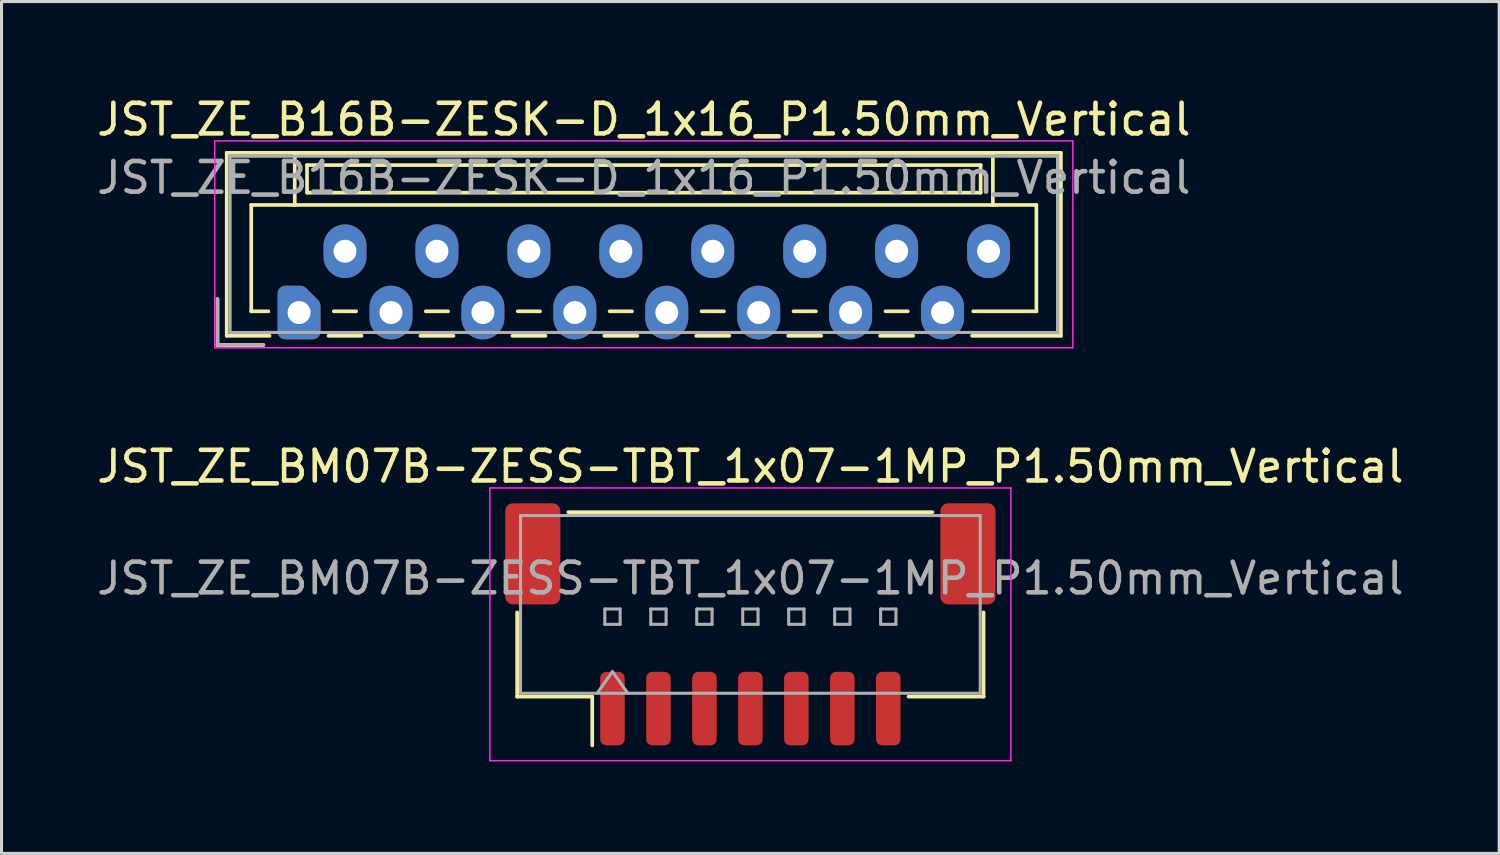
<source format=kicad_pcb>
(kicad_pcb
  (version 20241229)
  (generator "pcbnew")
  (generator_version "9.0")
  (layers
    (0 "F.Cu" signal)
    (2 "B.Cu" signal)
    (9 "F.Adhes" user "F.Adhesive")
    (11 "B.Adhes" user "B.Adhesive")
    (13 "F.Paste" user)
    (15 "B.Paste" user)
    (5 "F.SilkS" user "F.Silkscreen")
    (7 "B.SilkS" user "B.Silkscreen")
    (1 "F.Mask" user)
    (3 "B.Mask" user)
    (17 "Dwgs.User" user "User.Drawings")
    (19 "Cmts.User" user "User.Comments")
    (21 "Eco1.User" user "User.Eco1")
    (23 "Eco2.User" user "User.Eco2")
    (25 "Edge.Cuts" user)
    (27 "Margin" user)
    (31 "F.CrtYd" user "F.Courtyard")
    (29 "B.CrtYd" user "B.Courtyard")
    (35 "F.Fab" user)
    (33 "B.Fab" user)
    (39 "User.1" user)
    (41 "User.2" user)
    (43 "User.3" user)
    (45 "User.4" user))
  (footprint "JST_ZE_BM07B-ZESS-TBT_1x07-1MP_P1.50mm_Vertical"
    (layer "F.Cu")
    (at 21.435 17.322)
    (property "Reference" "JST_ZE_BM07B-ZESS-TBT_1x07-1MP_P1.50mm_Vertical" (at 0 -5.15 0) (layer "F.SilkS") (effects (font (size 1 1) (thickness 0.15))))
    (attr smd)
    (fp_line (start -7.61 -0.39) (end -7.61 2.36) (stroke (width 0.12) (type solid)) (layer "F.SilkS"))
    (fp_line (start -7.61 2.36) (end -5.16 2.36) (stroke (width 0.12) (type solid)) (layer "F.SilkS"))
    (fp_line (start -5.94 -3.66) (end 5.94 -3.66) (stroke (width 0.12) (type solid)) (layer "F.SilkS"))
    (fp_line (start -5.16 2.36) (end -5.16 3.95) (stroke (width 0.12) (type solid)) (layer "F.SilkS"))
    (fp_line (start 7.61 -0.39) (end 7.61 2.36) (stroke (width 0.12) (type solid)) (layer "F.SilkS"))
    (fp_line (start 7.61 2.36) (end 5.16 2.36) (stroke (width 0.12) (type solid)) (layer "F.SilkS"))
    (fp_line (start -8.5 -4.45) (end -8.5 4.45) (stroke (width 0.05) (type solid)) (layer "F.CrtYd"))
    (fp_line (start -8.5 4.45) (end 8.5 4.45) (stroke (width 0.05) (type solid)) (layer "F.CrtYd"))
    (fp_line (start 8.5 -4.45) (end -8.5 -4.45) (stroke (width 0.05) (type solid)) (layer "F.CrtYd"))
    (fp_line (start 8.5 4.45) (end 8.5 -4.45) (stroke (width 0.05) (type solid)) (layer "F.CrtYd"))
    (fp_line (start -7.5 -3.55) (end 7.5 -3.55) (stroke (width 0.1) (type solid)) (layer "F.Fab"))
    (fp_line (start -7.5 2.25) (end -7.5 -3.55) (stroke (width 0.1) (type solid)) (layer "F.Fab"))
    (fp_line (start -7.5 2.25) (end 7.5 2.25) (stroke (width 0.1) (type solid)) (layer "F.Fab"))
    (fp_line (start -5 2.25) (end -4.5 1.543) (stroke (width 0.1) (type solid)) (layer "F.Fab"))
    (fp_line (start -4.75 -0.5) (end -4.75 0) (stroke (width 0.1) (type solid)) (layer "F.Fab"))
    (fp_line (start -4.75 0) (end -4.25 0) (stroke (width 0.1) (type solid)) (layer "F.Fab"))
    (fp_line (start -4.5 1.543) (end -4 2.25) (stroke (width 0.1) (type solid)) (layer "F.Fab"))
    (fp_line (start -4.25 -0.5) (end -4.75 -0.5) (stroke (width 0.1) (type solid)) (layer "F.Fab"))
    (fp_line (start -4.25 0) (end -4.25 -0.5) (stroke (width 0.1) (type solid)) (layer "F.Fab"))
    (fp_line (start -3.25 -0.5) (end -3.25 0) (stroke (width 0.1) (type solid)) (layer "F.Fab"))
    (fp_line (start -3.25 0) (end -2.75 0) (stroke (width 0.1) (type solid)) (layer "F.Fab"))
    (fp_line (start -2.75 -0.5) (end -3.25 -0.5) (stroke (width 0.1) (type solid)) (layer "F.Fab"))
    (fp_line (start -2.75 0) (end -2.75 -0.5) (stroke (width 0.1) (type solid)) (layer "F.Fab"))
    (fp_line (start -1.75 -0.5) (end -1.75 0) (stroke (width 0.1) (type solid)) (layer "F.Fab"))
    (fp_line (start -1.75 0) (end -1.25 0) (stroke (width 0.1) (type solid)) (layer "F.Fab"))
    (fp_line (start -1.25 -0.5) (end -1.75 -0.5) (stroke (width 0.1) (type solid)) (layer "F.Fab"))
    (fp_line (start -1.25 0) (end -1.25 -0.5) (stroke (width 0.1) (type solid)) (layer "F.Fab"))
    (fp_line (start -0.25 -0.5) (end -0.25 0) (stroke (width 0.1) (type solid)) (layer "F.Fab"))
    (fp_line (start -0.25 0) (end 0.25 0) (stroke (width 0.1) (type solid)) (layer "F.Fab"))
    (fp_line (start 0.25 -0.5) (end -0.25 -0.5) (stroke (width 0.1) (type solid)) (layer "F.Fab"))
    (fp_line (start 0.25 0) (end 0.25 -0.5) (stroke (width 0.1) (type solid)) (layer "F.Fab"))
    (fp_line (start 1.25 -0.5) (end 1.25 0) (stroke (width 0.1) (type solid)) (layer "F.Fab"))
    (fp_line (start 1.25 0) (end 1.75 0) (stroke (width 0.1) (type solid)) (layer "F.Fab"))
    (fp_line (start 1.75 -0.5) (end 1.25 -0.5) (stroke (width 0.1) (type solid)) (layer "F.Fab"))
    (fp_line (start 1.75 0) (end 1.75 -0.5) (stroke (width 0.1) (type solid)) (layer "F.Fab"))
    (fp_line (start 2.75 -0.5) (end 2.75 0) (stroke (width 0.1) (type solid)) (layer "F.Fab"))
    (fp_line (start 2.75 0) (end 3.25 0) (stroke (width 0.1) (type solid)) (layer "F.Fab"))
    (fp_line (start 3.25 -0.5) (end 2.75 -0.5) (stroke (width 0.1) (type solid)) (layer "F.Fab"))
    (fp_line (start 3.25 0) (end 3.25 -0.5) (stroke (width 0.1) (type solid)) (layer "F.Fab"))
    (fp_line (start 4.25 -0.5) (end 4.25 0) (stroke (width 0.1) (type solid)) (layer "F.Fab"))
    (fp_line (start 4.25 0) (end 4.75 0) (stroke (width 0.1) (type solid)) (layer "F.Fab"))
    (fp_line (start 4.75 -0.5) (end 4.25 -0.5) (stroke (width 0.1) (type solid)) (layer "F.Fab"))
    (fp_line (start 4.75 0) (end 4.75 -0.5) (stroke (width 0.1) (type solid)) (layer "F.Fab"))
    (fp_line (start 7.5 2.25) (end 7.5 -3.55) (stroke (width 0.1) (type solid)) (layer "F.Fab"))
    (fp_text user "${REFERENCE}" (at 0 -1.5 0) (layer "F.Fab") (effects (font (size 1 1) (thickness 0.15))))
    (pad "1" smd roundrect (at -4.5 2.75) (size 0.8 2.4) (layers "F.Cu" "F.Mask" "F.Paste") (roundrect_rratio 0.25))
    (pad "2" smd roundrect (at -3 2.75) (size 0.8 2.4) (layers "F.Cu" "F.Mask" "F.Paste") (roundrect_rratio 0.25))
    (pad "3" smd roundrect (at -1.5 2.75) (size 0.8 2.4) (layers "F.Cu" "F.Mask" "F.Paste") (roundrect_rratio 0.25))
    (pad "4" smd roundrect (at 0 2.75) (size 0.8 2.4) (layers "F.Cu" "F.Mask" "F.Paste") (roundrect_rratio 0.25))
    (pad "5" smd roundrect (at 1.5 2.75) (size 0.8 2.4) (layers "F.Cu" "F.Mask" "F.Paste") (roundrect_rratio 0.25))
    (pad "6" smd roundrect (at 3 2.75) (size 0.8 2.4) (layers "F.Cu" "F.Mask" "F.Paste") (roundrect_rratio 0.25))
    (pad "7" smd roundrect (at 4.5 2.75) (size 0.8 2.4) (layers "F.Cu" "F.Mask" "F.Paste") (roundrect_rratio 0.25))
    (pad "MP" smd roundrect (at -7.1 -2.3) (size 1.8 3.3) (layers "F.Cu" "F.Mask" "F.Paste") (roundrect_rratio 0.139))
    (pad "MP" smd roundrect (at 7.1 -2.3) (size 1.8 3.3) (layers "F.Cu" "F.Mask" "F.Paste") (roundrect_rratio 0.139)))
  (footprint "JST_ZE_B16B-ZESK-D_1x16_P1.50mm_Vertical"
    (layer "F.Cu")
    (at 6.708 7.148)
    (property "Reference" "JST_ZE_B16B-ZESK-D_1x16_P1.50mm_Vertical" (at 11.25 -6.3 0) (layer "F.SilkS") (effects (font (size 1 1) (thickness 0.15))))
    (attr through_hole)
    (fp_line (start -2.66 -0.44) (end -2.66 1.06) (stroke (width 0.12) (type solid)) (layer "F.SilkS"))
    (fp_line (start -2.66 1.06) (end -1.16 1.06) (stroke (width 0.12) (type solid)) (layer "F.SilkS"))
    (fp_line (start -2.36 -5.21) (end 24.86 -5.21) (stroke (width 0.12) (type solid)) (layer "F.SilkS"))
    (fp_line (start -2.36 0.76) (end -2.36 -5.21) (stroke (width 0.12) (type solid)) (layer "F.SilkS"))
    (fp_line (start -1.56 -3.51) (end -1.56 -0.04) (stroke (width 0.12) (type solid)) (layer "F.SilkS"))
    (fp_line (start -1.56 -0.04) (end -1 -0.04) (stroke (width 0.12) (type solid)) (layer "F.SilkS"))
    (fp_line (start -0.96 0.76) (end -2.36 0.76) (stroke (width 0.12) (type solid)) (layer "F.SilkS"))
    (fp_line (start -0.14 -5.21) (end -0.14 -3.51) (stroke (width 0.12) (type solid)) (layer "F.SilkS"))
    (fp_line (start -0.14 -3.51) (end -1.56 -3.51) (stroke (width 0.12) (type solid)) (layer "F.SilkS"))
    (fp_line (start -0.14 -3.51) (end 22.64 -3.51) (stroke (width 0.12) (type solid)) (layer "F.SilkS"))
    (fp_line (start 0.26 -4.81) (end 0.26 -3.91) (stroke (width 0.12) (type solid)) (layer "F.SilkS"))
    (fp_line (start 0.26 -3.91) (end 22.24 -3.91) (stroke (width 0.12) (type solid)) (layer "F.SilkS"))
    (fp_line (start 0.96 0.76) (end 2.04 0.76) (stroke (width 0.12) (type solid)) (layer "F.SilkS"))
    (fp_line (start 1.135 -0.04) (end 1.865 -0.04) (stroke (width 0.12) (type solid)) (layer "F.SilkS"))
    (fp_line (start 3.96 0.76) (end 5.04 0.76) (stroke (width 0.12) (type solid)) (layer "F.SilkS"))
    (fp_line (start 4.135 -0.04) (end 4.865 -0.04) (stroke (width 0.12) (type solid)) (layer "F.SilkS"))
    (fp_line (start 6.96 0.76) (end 8.04 0.76) (stroke (width 0.12) (type solid)) (layer "F.SilkS"))
    (fp_line (start 7.135 -0.04) (end 7.865 -0.04) (stroke (width 0.12) (type solid)) (layer "F.SilkS"))
    (fp_line (start 9.96 0.76) (end 11.04 0.76) (stroke (width 0.12) (type solid)) (layer "F.SilkS"))
    (fp_line (start 10.135 -0.04) (end 10.865 -0.04) (stroke (width 0.12) (type solid)) (layer "F.SilkS"))
    (fp_line (start 12.96 0.76) (end 14.04 0.76) (stroke (width 0.12) (type solid)) (layer "F.SilkS"))
    (fp_line (start 13.135 -0.04) (end 13.865 -0.04) (stroke (width 0.12) (type solid)) (layer "F.SilkS"))
    (fp_line (start 15.96 0.76) (end 17.04 0.76) (stroke (width 0.12) (type solid)) (layer "F.SilkS"))
    (fp_line (start 16.135 -0.04) (end 16.865 -0.04) (stroke (width 0.12) (type solid)) (layer "F.SilkS"))
    (fp_line (start 18.96 0.76) (end 20.04 0.76) (stroke (width 0.12) (type solid)) (layer "F.SilkS"))
    (fp_line (start 19.135 -0.04) (end 19.865 -0.04) (stroke (width 0.12) (type solid)) (layer "F.SilkS"))
    (fp_line (start 22.24 -4.81) (end 0.26 -4.81) (stroke (width 0.12) (type solid)) (layer "F.SilkS"))
    (fp_line (start 22.24 -3.91) (end 22.24 -4.81) (stroke (width 0.12) (type solid)) (layer "F.SilkS"))
    (fp_line (start 22.64 -5.21) (end -0.14 -5.21) (stroke (width 0.12) (type solid)) (layer "F.SilkS"))
    (fp_line (start 22.64 -3.51) (end 22.64 -5.21) (stroke (width 0.12) (type solid)) (layer "F.SilkS"))
    (fp_line (start 22.64 -3.51) (end 24.06 -3.51) (stroke (width 0.12) (type solid)) (layer "F.SilkS"))
    (fp_line (start 24.06 -3.51) (end 24.06 -0.04) (stroke (width 0.12) (type solid)) (layer "F.SilkS"))
    (fp_line (start 24.06 -0.04) (end 22 -0.04) (stroke (width 0.12) (type solid)) (layer "F.SilkS"))
    (fp_line (start 24.86 -5.21) (end 24.86 0.76) (stroke (width 0.12) (type solid)) (layer "F.SilkS"))
    (fp_line (start 24.86 0.76) (end 21.96 0.76) (stroke (width 0.12) (type solid)) (layer "F.SilkS"))
    (fp_line (start -2.75 -5.6) (end -2.75 1.15) (stroke (width 0.05) (type solid)) (layer "F.CrtYd"))
    (fp_line (start -2.75 1.15) (end 25.25 1.15) (stroke (width 0.05) (type solid)) (layer "F.CrtYd"))
    (fp_line (start 25.25 -5.6) (end -2.75 -5.6) (stroke (width 0.05) (type solid)) (layer "F.CrtYd"))
    (fp_line (start 25.25 1.15) (end 25.25 -5.6) (stroke (width 0.05) (type solid)) (layer "F.CrtYd"))
    (fp_line (start -2.66 -0.44) (end -2.66 1.06) (stroke (width 0.1) (type solid)) (layer "F.Fab"))
    (fp_line (start -2.66 1.06) (end -1.16 1.06) (stroke (width 0.1) (type solid)) (layer "F.Fab"))
    (fp_line (start -2.25 -5.1) (end -2.25 0.65) (stroke (width 0.1) (type solid)) (layer "F.Fab"))
    (fp_line (start -2.25 0.65) (end 24.75 0.65) (stroke (width 0.1) (type solid)) (layer "F.Fab"))
    (fp_line (start 24.75 -5.1) (end -2.25 -5.1) (stroke (width 0.1) (type solid)) (layer "F.Fab"))
    (fp_line (start 24.75 0.65) (end 24.75 -5.1) (stroke (width 0.1) (type solid)) (layer "F.Fab"))
    (fp_text user "${REFERENCE}" (at 11.25 -4.4 0) (layer "F.Fab") (effects (font (size 1 1) (thickness 0.15))))
    (pad "1" thru_hole custom (at 0 0) (size 1.117 1.117) (drill 0.75) (layers "*.Cu" "*.Mask") (options (anchor circle)) (primitives (gr_poly (pts (xy -0.45 -0.625) (xy 0.05 -0.625) (xy 0.45 -0.225) (xy 0.45 0.625) (xy -0.45 0.625)) (width 0.5) (fill yes))))
    (pad "2" thru_hole oval (at 1.5 -2) (size 1.4 1.75) (drill 0.75) (layers "*.Cu" "*.Mask"))
    (pad "3" thru_hole oval (at 3 0) (size 1.4 1.75) (drill 0.75) (layers "*.Cu" "*.Mask"))
    (pad "4" thru_hole oval (at 4.5 -2) (size 1.4 1.75) (drill 0.75) (layers "*.Cu" "*.Mask"))
    (pad "5" thru_hole oval (at 6 0) (size 1.4 1.75) (drill 0.75) (layers "*.Cu" "*.Mask"))
    (pad "6" thru_hole oval (at 7.5 -2) (size 1.4 1.75) (drill 0.75) (layers "*.Cu" "*.Mask"))
    (pad "7" thru_hole oval (at 9 0) (size 1.4 1.75) (drill 0.75) (layers "*.Cu" "*.Mask"))
    (pad "8" thru_hole oval (at 10.5 -2) (size 1.4 1.75) (drill 0.75) (layers "*.Cu" "*.Mask"))
    (pad "9" thru_hole oval (at 12 0) (size 1.4 1.75) (drill 0.75) (layers "*.Cu" "*.Mask"))
    (pad "10" thru_hole oval (at 13.5 -2) (size 1.4 1.75) (drill 0.75) (layers "*.Cu" "*.Mask"))
    (pad "11" thru_hole oval (at 15 0) (size 1.4 1.75) (drill 0.75) (layers "*.Cu" "*.Mask"))
    (pad "12" thru_hole oval (at 16.5 -2) (size 1.4 1.75) (drill 0.75) (layers "*.Cu" "*.Mask"))
    (pad "13" thru_hole oval (at 18 0) (size 1.4 1.75) (drill 0.75) (layers "*.Cu" "*.Mask"))
    (pad "14" thru_hole oval (at 19.5 -2) (size 1.4 1.75) (drill 0.75) (layers "*.Cu" "*.Mask"))
    (pad "15" thru_hole oval (at 21 0) (size 1.4 1.75) (drill 0.75) (layers "*.Cu" "*.Mask"))
    (pad "16" thru_hole oval (at 22.5 -2) (size 1.4 1.75) (drill 0.75) (layers "*.Cu" "*.Mask")))
  (gr_rect
    (start -3 -3)
    (end 45.869 24.797)
    (stroke (width 0.1) (type default))
    (fill no)
    (layer "Edge.Cuts")))
</source>
